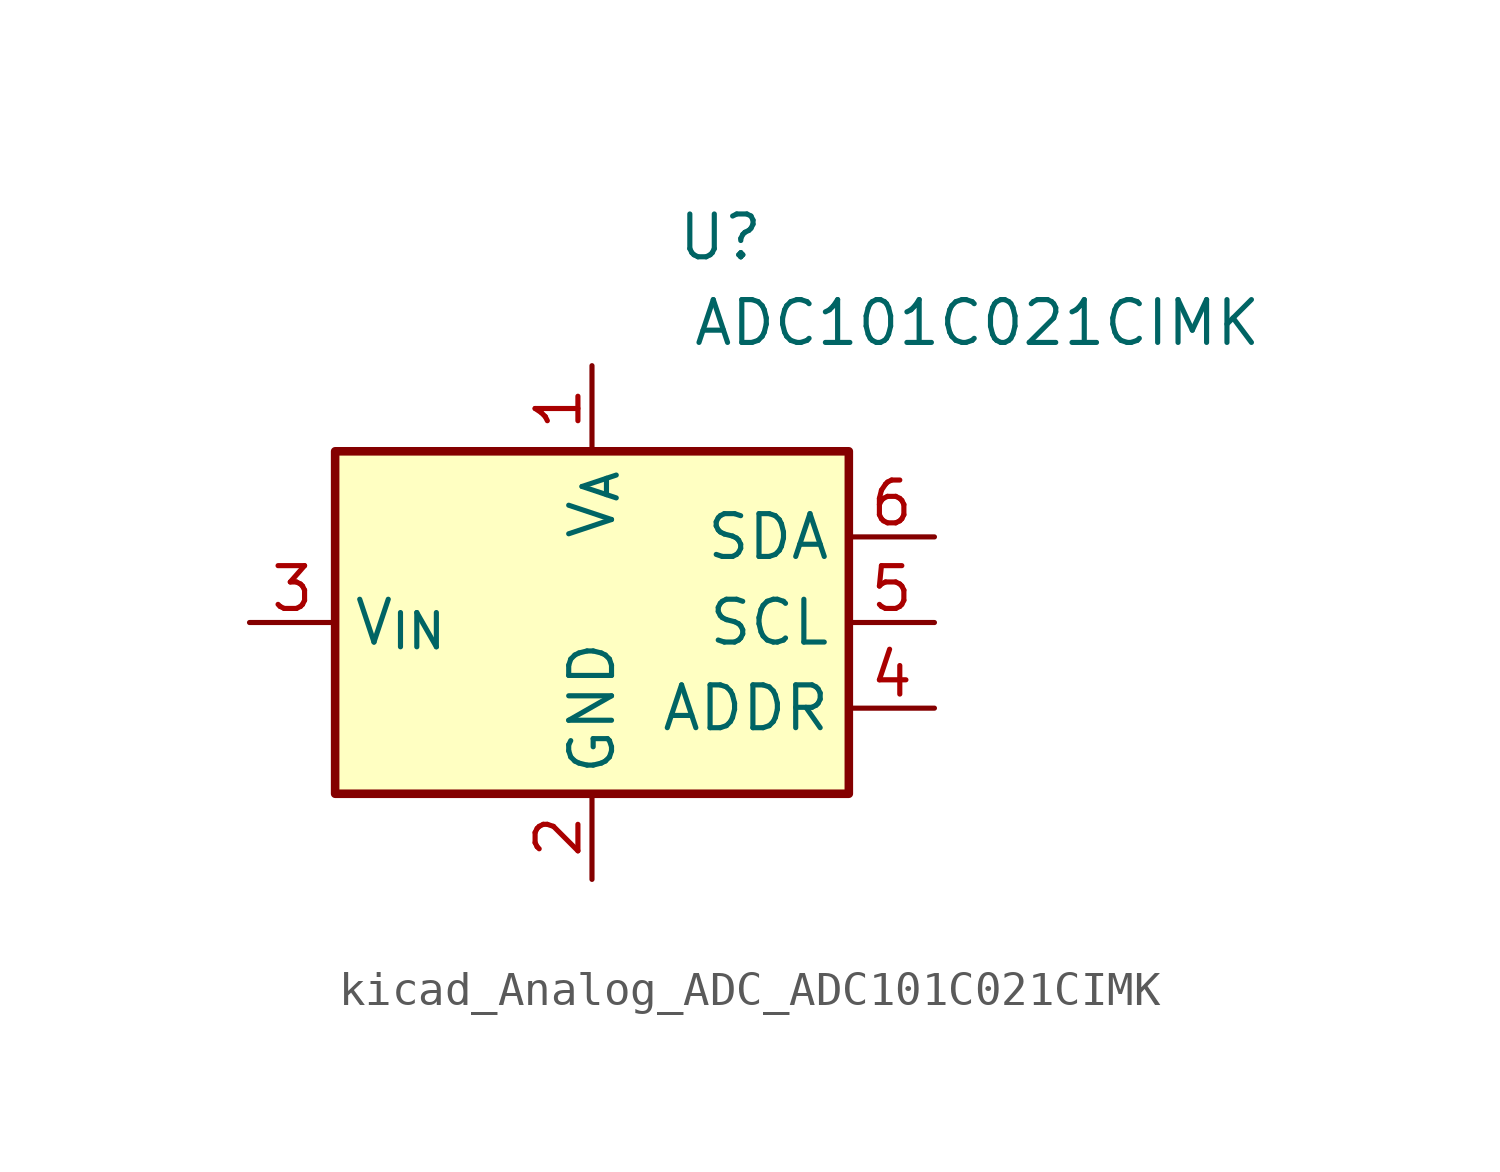
<source format=kicad_sym>
(kicad_symbol_lib
  (version 20220914)
  (generator kicad_symbol_editor)
  (symbol "kicad_Analog_ADC_ADC101C021CIMK"
    (property "Reference" "U"
      (at 3.81 11.43 0)
      (effects (font (size 1.27 1.27))))
    (property "Value" "ADC101C021CIMK"
      (at 11.43 8.89 0)
      (effects (font (size 1.27 1.27))))
    (symbol "kicad_Analog_ADC_ADC101C021CIMK_0_1"
      (rectangle (start -7.62 5.08) (end 7.62 -5.08) (stroke (width 0.254) (type default)) (fill (type background))))
    (symbol "kicad_Analog_ADC_ADC101C021CIMK_1_1"
      (pin power_in line (at 0 7.62 270) (length 2.54) (name "V_{A}" (effects (font (size 1.27 1.27)))) (number "1" (effects (font (size 1.27 1.27)))))
      (pin power_in line (at 0 -7.62 90) (length 2.54) (name "GND" (effects (font (size 1.27 1.27)))) (number "2" (effects (font (size 1.27 1.27)))))
      (pin input line (at -10.16 0 0) (length 2.54) (name "V_{IN}" (effects (font (size 1.27 1.27)))) (number "3" (effects (font (size 1.27 1.27)))))
      (pin input line (at 10.16 -2.54 180) (length 2.54) (name "ADDR" (effects (font (size 1.27 1.27)))) (number "4" (effects (font (size 1.27 1.27)))))
      (pin input line (at 10.16 0 180) (length 2.54) (name "SCL" (effects (font (size 1.27 1.27)))) (number "5" (effects (font (size 1.27 1.27)))))
      (pin bidirectional line (at 10.16 2.54 180) (length 2.54) (name "SDA" (effects (font (size 1.27 1.27)))) (number "6" (effects (font (size 1.27 1.27))))))))
</source>
